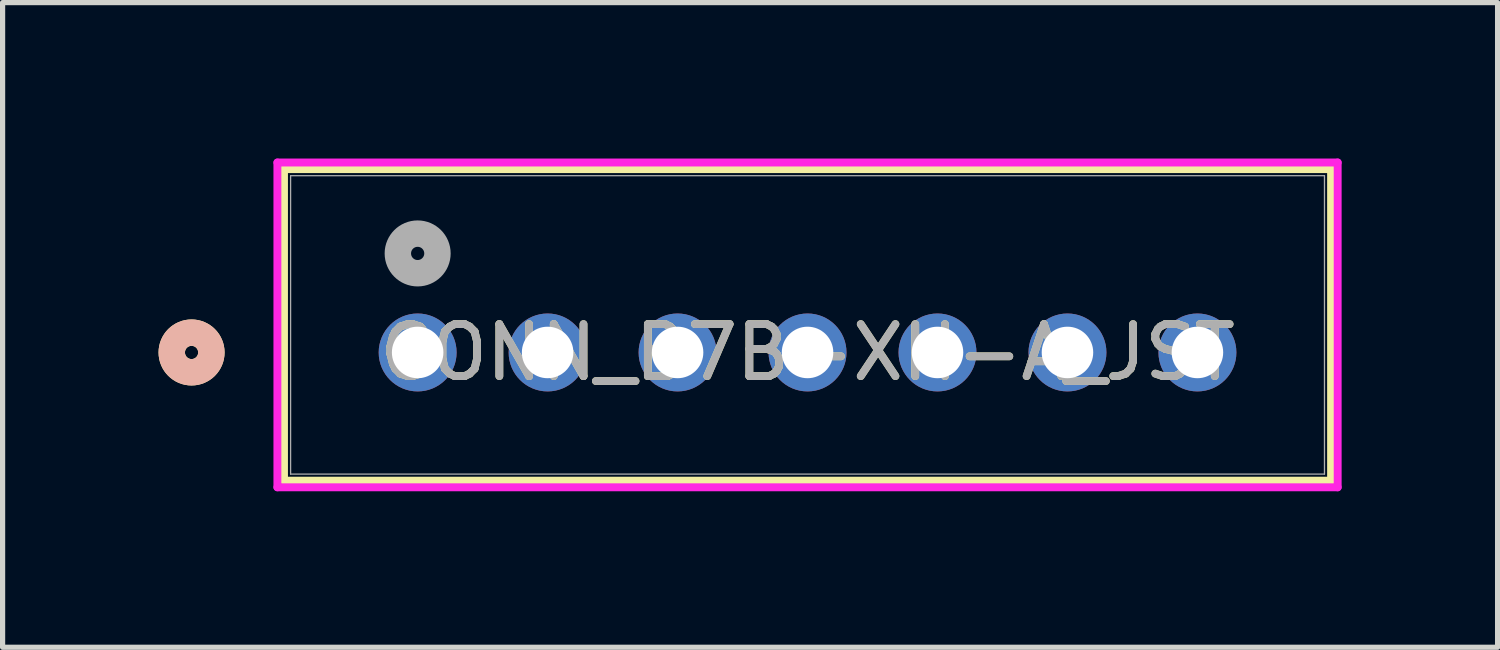
<source format=kicad_pcb>
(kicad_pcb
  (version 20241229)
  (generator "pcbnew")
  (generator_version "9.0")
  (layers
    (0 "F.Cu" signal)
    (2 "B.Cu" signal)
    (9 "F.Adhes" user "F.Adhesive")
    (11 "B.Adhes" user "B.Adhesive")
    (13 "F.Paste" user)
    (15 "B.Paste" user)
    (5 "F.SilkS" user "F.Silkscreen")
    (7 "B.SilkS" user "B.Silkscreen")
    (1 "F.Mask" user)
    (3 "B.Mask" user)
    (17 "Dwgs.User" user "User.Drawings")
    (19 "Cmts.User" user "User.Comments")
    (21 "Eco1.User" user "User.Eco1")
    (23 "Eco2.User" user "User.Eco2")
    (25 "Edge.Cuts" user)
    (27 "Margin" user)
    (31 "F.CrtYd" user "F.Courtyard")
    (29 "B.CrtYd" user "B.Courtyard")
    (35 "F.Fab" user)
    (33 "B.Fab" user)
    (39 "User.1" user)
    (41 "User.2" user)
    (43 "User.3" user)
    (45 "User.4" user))
  (footprint "CONN_B7B-XH-A_JST"
    (layer "F.Cu")
    (at 4.984 3.73)
    (property "Reference" "CONN_B7B-XH-A_JST" (at 7.5 0 0) (unlocked yes) (layer "F.SilkS") (effects (font (size 1 1) (thickness 0.15))))
    (attr through_hole)
    (fp_line (start -2.571 -3.527) (end -2.571 2.467) (stroke (width 0.152) (type solid)) (layer "F.SilkS"))
    (fp_line (start -2.571 2.467) (end 17.571 2.467) (stroke (width 0.152) (type solid)) (layer "F.SilkS"))
    (fp_line (start 17.571 -3.527) (end -2.571 -3.527) (stroke (width 0.152) (type solid)) (layer "F.SilkS"))
    (fp_line (start 17.571 2.467) (end 17.571 -3.527) (stroke (width 0.152) (type solid)) (layer "F.SilkS"))
    (fp_circle (center -4.349 0) (end -3.968 0) (stroke (width 0.508) (type solid)) (fill no) (layer "F.SilkS"))
    (fp_circle (center -4.349 0) (end -3.968 0) (stroke (width 0.508) (type solid)) (fill no) (layer "B.SilkS"))
    (fp_line (start -2.698 -3.654) (end -2.698 2.594) (stroke (width 0.152) (type solid)) (layer "F.CrtYd"))
    (fp_line (start -2.698 2.594) (end 17.698 2.594) (stroke (width 0.152) (type solid)) (layer "F.CrtYd"))
    (fp_line (start 17.698 -3.654) (end -2.698 -3.654) (stroke (width 0.152) (type solid)) (layer "F.CrtYd"))
    (fp_line (start 17.698 2.594) (end 17.698 -3.654) (stroke (width 0.152) (type solid)) (layer "F.CrtYd"))
    (fp_line (start -2.444 -3.4) (end -2.444 2.34) (stroke (width 0.025) (type solid)) (layer "F.Fab"))
    (fp_line (start -2.444 2.34) (end 17.444 2.34) (stroke (width 0.025) (type solid)) (layer "F.Fab"))
    (fp_line (start 17.444 -3.4) (end -2.444 -3.4) (stroke (width 0.025) (type solid)) (layer "F.Fab"))
    (fp_line (start 17.444 2.34) (end 17.444 -3.4) (stroke (width 0.025) (type solid)) (layer "F.Fab"))
    (fp_circle (center 0 -1.905) (end 0.381 -1.905) (stroke (width 0.508) (type solid)) (fill no) (layer "F.Fab"))
    (fp_text user "${REFERENCE}" (at 7.5 0 0) (unlocked yes) (layer "F.Fab") (effects (font (size 1 1) (thickness 0.15))))
    (pad "1" thru_hole circle (at 0 0) (size 1.499 1.499) (drill 0.991) (layers "*.Cu" "*.Mask"))
    (pad "2" thru_hole circle (at 2.5 0) (size 1.499 1.499) (drill 0.991) (layers "*.Cu" "*.Mask"))
    (pad "3" thru_hole circle (at 5 0) (size 1.499 1.499) (drill 0.991) (layers "*.Cu" "*.Mask"))
    (pad "4" thru_hole circle (at 7.5 0) (size 1.499 1.499) (drill 0.991) (layers "*.Cu" "*.Mask"))
    (pad "5" thru_hole circle (at 10 0) (size 1.499 1.499) (drill 0.991) (layers "*.Cu" "*.Mask"))
    (pad "6" thru_hole circle (at 12.5 0) (size 1.499 1.499) (drill 0.991) (layers "*.Cu" "*.Mask"))
    (pad "7" thru_hole circle (at 15 0) (size 1.499 1.499) (drill 0.991) (layers "*.Cu" "*.Mask")))
  (gr_rect
    (start -3 -3)
    (end 25.758 9.401)
    (stroke (width 0.1) (type default))
    (fill no)
    (layer "Edge.Cuts")))
</source>
